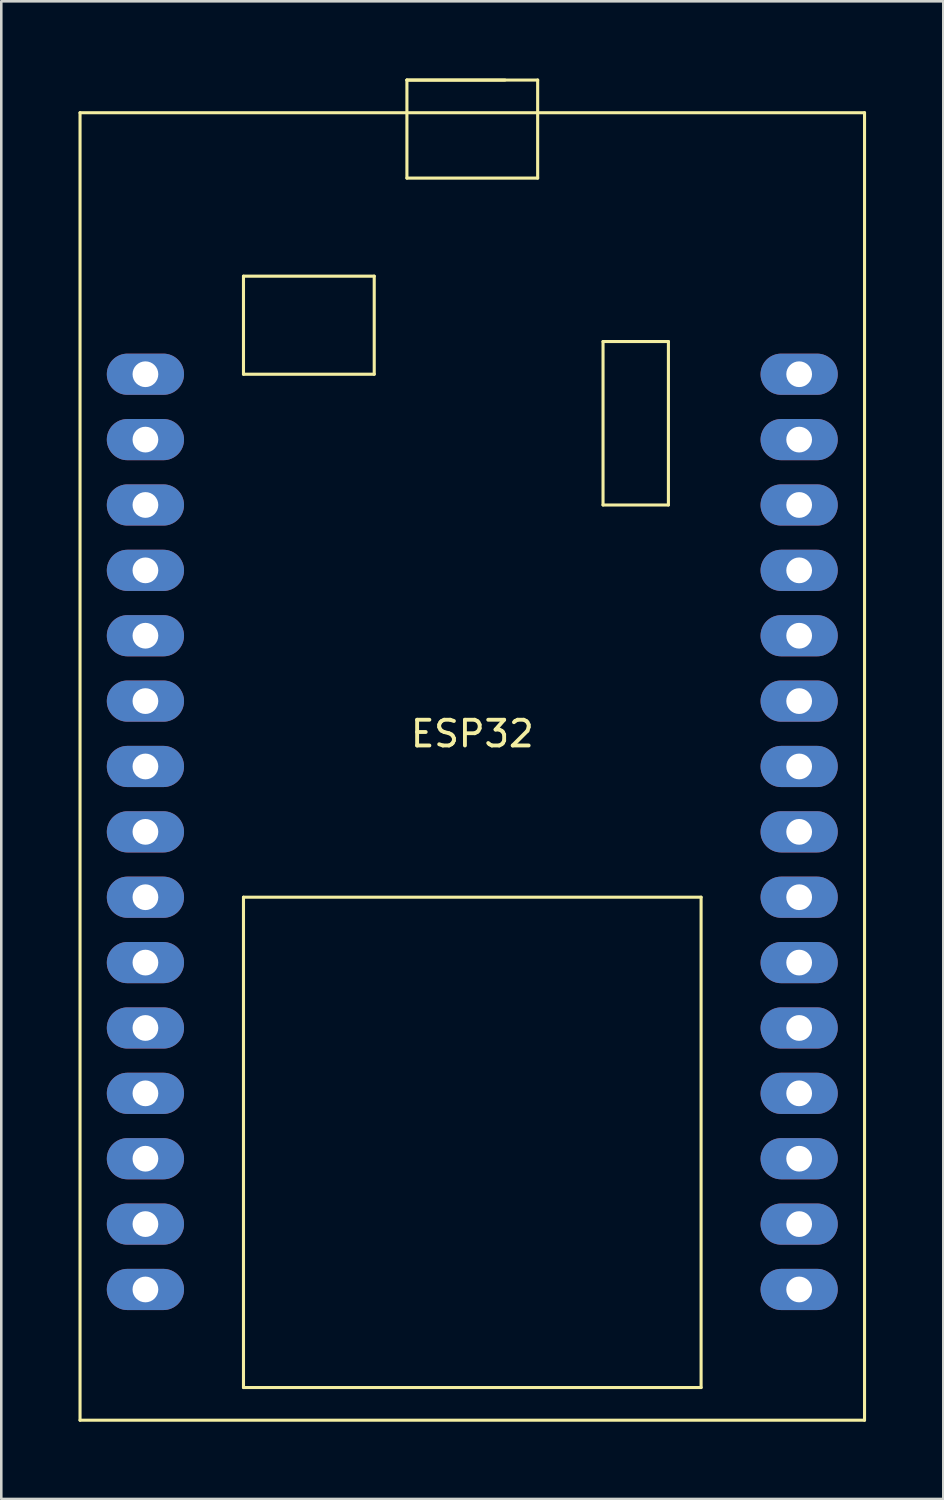
<source format=kicad_pcb>
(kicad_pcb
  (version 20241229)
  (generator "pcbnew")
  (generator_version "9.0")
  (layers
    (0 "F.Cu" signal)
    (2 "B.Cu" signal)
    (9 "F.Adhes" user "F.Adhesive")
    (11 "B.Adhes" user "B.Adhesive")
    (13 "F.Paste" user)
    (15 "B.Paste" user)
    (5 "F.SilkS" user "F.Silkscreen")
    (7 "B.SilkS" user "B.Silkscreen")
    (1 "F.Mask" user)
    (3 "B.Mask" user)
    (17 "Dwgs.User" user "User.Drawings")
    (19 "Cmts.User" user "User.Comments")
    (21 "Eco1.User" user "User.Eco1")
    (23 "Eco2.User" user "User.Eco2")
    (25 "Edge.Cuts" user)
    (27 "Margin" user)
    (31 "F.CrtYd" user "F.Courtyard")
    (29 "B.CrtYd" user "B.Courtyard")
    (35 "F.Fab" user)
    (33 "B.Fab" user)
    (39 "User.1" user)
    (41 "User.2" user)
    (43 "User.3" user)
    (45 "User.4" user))
  (footprint "ESP32"
    (layer "F.Cu")
    (at 15.3 47.05)
    (property "Reference" "ESP32" (at 0 -21.59 0) (layer "F.SilkS") (effects (font (size 1 1) (thickness 0.15))))
    (attr through_hole)
    (fp_line (start -15.24 -45.72) (end 15.24 -45.72) (stroke (width 0.12) (type solid)) (layer "F.SilkS"))
    (fp_line (start -15.24 5.08) (end -15.24 -45.72) (stroke (width 0.12) (type solid)) (layer "F.SilkS"))
    (fp_line (start -8.89 -39.37) (end -8.89 -35.56) (stroke (width 0.12) (type solid)) (layer "F.SilkS"))
    (fp_line (start -8.89 -35.56) (end -3.81 -35.56) (stroke (width 0.12) (type solid)) (layer "F.SilkS"))
    (fp_line (start -8.89 -15.24) (end -8.89 3.81) (stroke (width 0.12) (type solid)) (layer "F.SilkS"))
    (fp_line (start -8.89 3.81) (end 8.89 3.81) (stroke (width 0.12) (type solid)) (layer "F.SilkS"))
    (fp_line (start -3.81 -39.37) (end -8.89 -39.37) (stroke (width 0.12) (type solid)) (layer "F.SilkS"))
    (fp_line (start -3.81 -35.56) (end -3.81 -39.37) (stroke (width 0.12) (type solid)) (layer "F.SilkS"))
    (fp_line (start -2.54 -46.99) (end -2.54 -43.18) (stroke (width 0.12) (type solid)) (layer "F.SilkS"))
    (fp_line (start -2.54 -46.99) (end 1.27 -46.99) (stroke (width 0.12) (type solid)) (layer "F.SilkS"))
    (fp_line (start -2.54 -43.18) (end 2.54 -43.18) (stroke (width 0.12) (type solid)) (layer "F.SilkS"))
    (fp_line (start 2.54 -46.99) (end -2.54 -46.99) (stroke (width 0.12) (type solid)) (layer "F.SilkS"))
    (fp_line (start 2.54 -43.18) (end 2.54 -46.99) (stroke (width 0.12) (type solid)) (layer "F.SilkS"))
    (fp_line (start 5.08 -36.83) (end 5.08 -30.48) (stroke (width 0.12) (type solid)) (layer "F.SilkS"))
    (fp_line (start 5.08 -30.48) (end 7.62 -30.48) (stroke (width 0.12) (type solid)) (layer "F.SilkS"))
    (fp_line (start 7.62 -36.83) (end 5.08 -36.83) (stroke (width 0.12) (type solid)) (layer "F.SilkS"))
    (fp_line (start 7.62 -30.48) (end 7.62 -36.83) (stroke (width 0.12) (type solid)) (layer "F.SilkS"))
    (fp_line (start 8.89 -15.24) (end -8.89 -15.24) (stroke (width 0.12) (type solid)) (layer "F.SilkS"))
    (fp_line (start 8.89 3.81) (end 8.89 -15.24) (stroke (width 0.12) (type solid)) (layer "F.SilkS"))
    (fp_line (start 15.24 -45.72) (end 15.24 5.08) (stroke (width 0.12) (type solid)) (layer "F.SilkS"))
    (fp_line (start 15.24 5.08) (end -15.24 5.08) (stroke (width 0.12) (type solid)) (layer "F.SilkS"))
    (pad "0" thru_hole oval (at -12.7 -35.56 90) (size 1.6 3) (drill 1) (layers "*.Cu" "*.Mask"))
    (pad "1" thru_hole oval (at -12.7 -33.02 90) (size 1.6 3) (drill 1) (layers "*.Cu" "*.Mask"))
    (pad "2" thru_hole oval (at -12.7 -30.48 90) (size 1.6 3) (drill 1) (layers "*.Cu" "*.Mask"))
    (pad "3" thru_hole oval (at -12.7 -27.94 90) (size 1.6 3) (drill 1) (layers "*.Cu" "*.Mask"))
    (pad "4" thru_hole oval (at -12.7 -25.4 90) (size 1.6 3) (drill 1) (layers "*.Cu" "*.Mask"))
    (pad "5" thru_hole oval (at -12.7 -22.86 90) (size 1.6 3) (drill 1) (layers "*.Cu" "*.Mask"))
    (pad "6" thru_hole oval (at -12.7 -20.32 90) (size 1.6 3) (drill 1) (layers "*.Cu" "*.Mask"))
    (pad "7" thru_hole oval (at -12.7 -17.78 90) (size 1.6 3) (drill 1) (layers "*.Cu" "*.Mask"))
    (pad "8" thru_hole oval (at -12.7 -15.24 90) (size 1.6 3) (drill 1) (layers "*.Cu" "*.Mask"))
    (pad "9" thru_hole oval (at -12.7 -12.7 90) (size 1.6 3) (drill 1) (layers "*.Cu" "*.Mask"))
    (pad "10" thru_hole oval (at -12.7 -10.16 90) (size 1.6 3) (drill 1) (layers "*.Cu" "*.Mask"))
    (pad "11" thru_hole oval (at -12.7 -7.62 90) (size 1.6 3) (drill 1) (layers "*.Cu" "*.Mask"))
    (pad "12" thru_hole oval (at -12.7 -5.08 90) (size 1.6 3) (drill 1) (layers "*.Cu" "*.Mask"))
    (pad "13" thru_hole oval (at -12.7 -2.54 90) (size 1.6 3) (drill 1) (layers "*.Cu" "*.Mask"))
    (pad "14" thru_hole oval (at -12.7 0 90) (size 1.6 3) (drill 1) (layers "*.Cu" "*.Mask"))
    (pad "15" thru_hole oval (at 12.7 -35.56 90) (size 1.6 3) (drill 1) (layers "*.Cu" "*.Mask"))
    (pad "16" thru_hole oval (at 12.7 -33.02 90) (size 1.6 3) (drill 1) (layers "*.Cu" "*.Mask"))
    (pad "17" thru_hole oval (at 12.7 -30.48 90) (size 1.6 3) (drill 1) (layers "*.Cu" "*.Mask"))
    (pad "18" thru_hole oval (at 12.7 -27.94 90) (size 1.6 3) (drill 1) (layers "*.Cu" "*.Mask"))
    (pad "19" thru_hole oval (at 12.7 -25.4 90) (size 1.6 3) (drill 1) (layers "*.Cu" "*.Mask"))
    (pad "20" thru_hole oval (at 12.7 -22.86 90) (size 1.6 3) (drill 1) (layers "*.Cu" "*.Mask"))
    (pad "21" thru_hole oval (at 12.7 -20.32 90) (size 1.6 3) (drill 1) (layers "*.Cu" "*.Mask"))
    (pad "22" thru_hole oval (at 12.7 -17.78 90) (size 1.6 3) (drill 1) (layers "*.Cu" "*.Mask"))
    (pad "23" thru_hole oval (at 12.7 -15.24 90) (size 1.6 3) (drill 1) (layers "*.Cu" "*.Mask"))
    (pad "24" thru_hole oval (at 12.7 -12.7 90) (size 1.6 3) (drill 1) (layers "*.Cu" "*.Mask"))
    (pad "25" thru_hole oval (at 12.7 -10.16 90) (size 1.6 3) (drill 1) (layers "*.Cu" "*.Mask"))
    (pad "26" thru_hole oval (at 12.7 -7.62 90) (size 1.6 3) (drill 1) (layers "*.Cu" "*.Mask"))
    (pad "27" thru_hole oval (at 12.7 -5.08 90) (size 1.6 3) (drill 1) (layers "*.Cu" "*.Mask"))
    (pad "28" thru_hole oval (at 12.7 -2.54 90) (size 1.6 3) (drill 1) (layers "*.Cu" "*.Mask"))
    (pad "29" thru_hole oval (at 12.7 0 90) (size 1.6 3) (drill 1) (layers "*.Cu" "*.Mask")))
  (gr_rect
    (start -3 -3)
    (end 33.6 55.19)
    (stroke (width 0.1) (type default))
    (fill no)
    (layer "Edge.Cuts")))
</source>
